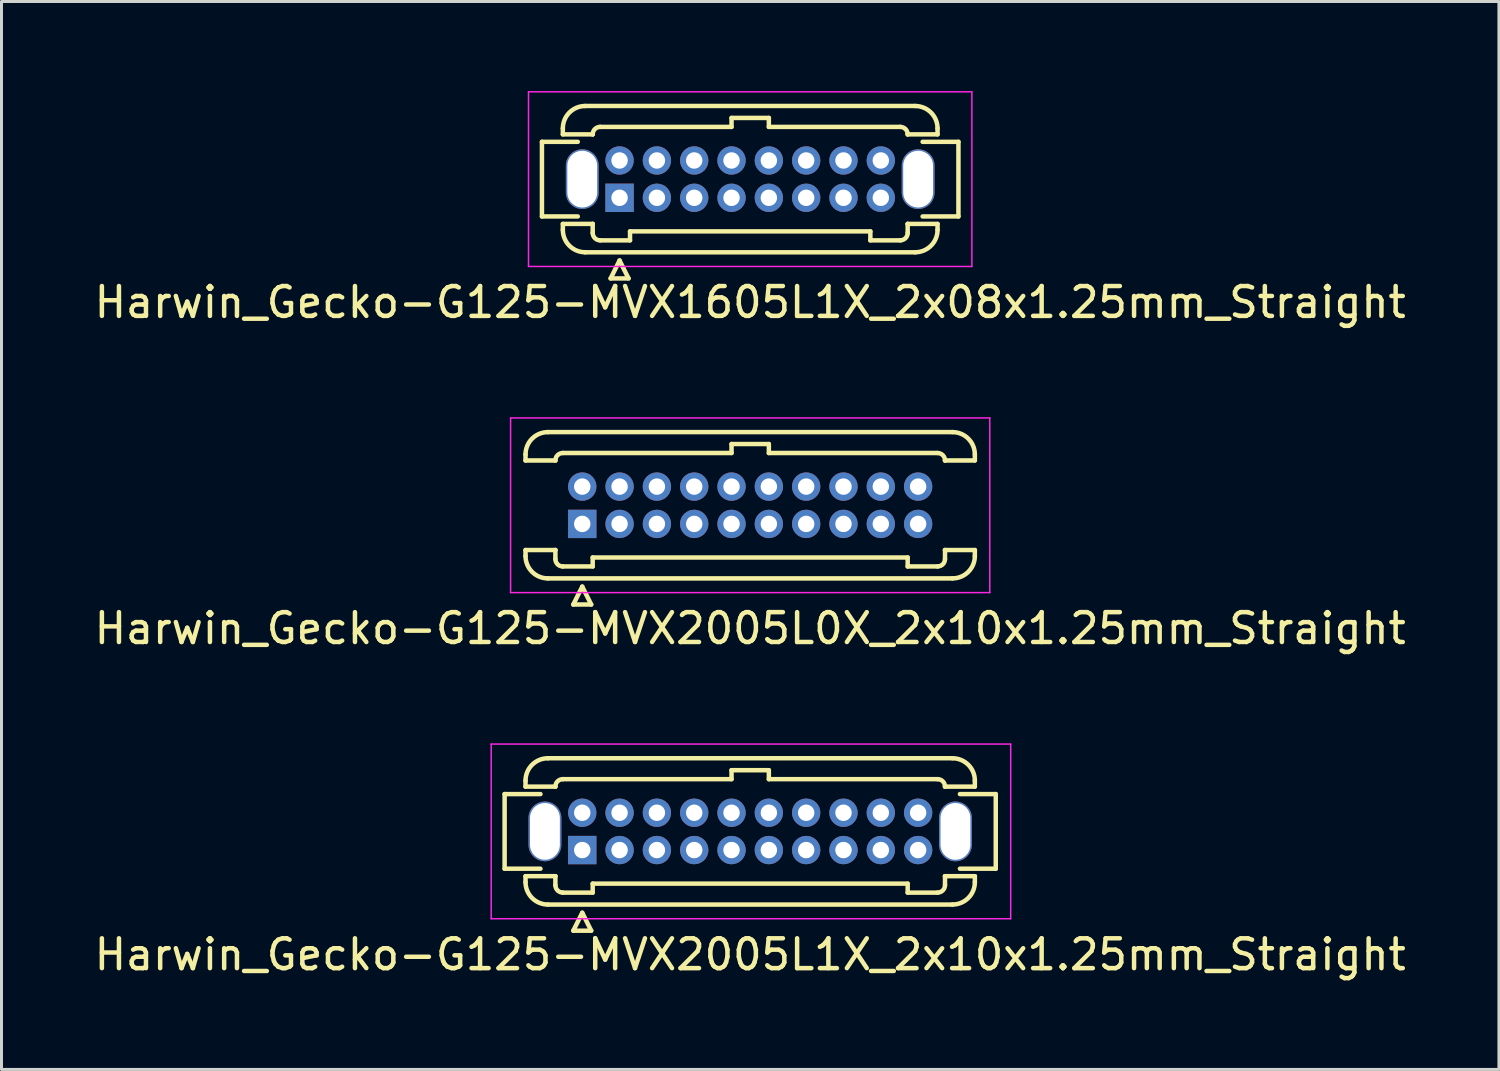
<source format=kicad_pcb>
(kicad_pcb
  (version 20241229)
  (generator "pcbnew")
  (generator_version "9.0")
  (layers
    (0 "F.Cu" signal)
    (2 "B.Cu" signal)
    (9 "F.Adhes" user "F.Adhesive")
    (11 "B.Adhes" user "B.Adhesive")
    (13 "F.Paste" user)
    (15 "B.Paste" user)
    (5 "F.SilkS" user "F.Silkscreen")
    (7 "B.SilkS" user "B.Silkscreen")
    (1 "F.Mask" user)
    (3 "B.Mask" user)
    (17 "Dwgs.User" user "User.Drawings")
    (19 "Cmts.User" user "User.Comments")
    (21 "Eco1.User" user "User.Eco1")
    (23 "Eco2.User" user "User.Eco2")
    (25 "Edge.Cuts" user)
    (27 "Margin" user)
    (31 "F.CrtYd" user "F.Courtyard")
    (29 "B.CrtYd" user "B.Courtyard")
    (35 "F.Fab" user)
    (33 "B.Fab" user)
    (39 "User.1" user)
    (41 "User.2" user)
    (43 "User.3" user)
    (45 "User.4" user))
  (footprint "Harwin_Gecko-G125-MVX1605L1X_2x08x1.25mm_Straight"
    (layer "F.Cu")
    (at 17.702 3.575)
    (property "Reference" "Harwin_Gecko-G125-MVX1605L1X_2x08x1.25mm_Straight" (at 4.375 3.5 0) (layer "F.SilkS") (effects (font (size 1 1) (thickness 0.15))))
    (attr through_hole)
    (fp_line (start -2.6 -1.875) (end -2.6 0.625) (stroke (width 0.15) (type solid)) (layer "F.SilkS"))
    (fp_line (start -2.6 0.625) (end -1.4 0.625) (stroke (width 0.15) (type solid)) (layer "F.SilkS"))
    (fp_line (start -1.9 -2.325) (end -1.9 -2.125) (stroke (width 0.15) (type solid)) (layer "F.SilkS"))
    (fp_line (start -1.9 -2.125) (end -0.9 -2.125) (stroke (width 0.15) (type solid)) (layer "F.SilkS"))
    (fp_line (start -1.9 0.875) (end -0.9 0.875) (stroke (width 0.15) (type solid)) (layer "F.SilkS"))
    (fp_line (start -1.9 1.075) (end -1.9 0.875) (stroke (width 0.15) (type solid)) (layer "F.SilkS"))
    (fp_line (start -1.4 -1.875) (end -2.6 -1.875) (stroke (width 0.15) (type solid)) (layer "F.SilkS"))
    (fp_line (start -1.15 -3.075) (end 9.9 -3.075) (stroke (width 0.15) (type solid)) (layer "F.SilkS"))
    (fp_line (start -1.15 1.825) (end 9.9 1.825) (stroke (width 0.15) (type solid)) (layer "F.SilkS"))
    (fp_line (start -0.9 -2.125) (end -0.9 -2.125) (stroke (width 0.15) (type solid)) (layer "F.SilkS"))
    (fp_line (start -0.9 0.875) (end -0.9 0.875) (stroke (width 0.15) (type solid)) (layer "F.SilkS"))
    (fp_line (start -0.9 1.175) (end -0.9 0.875) (stroke (width 0.15) (type solid)) (layer "F.SilkS"))
    (fp_line (start -0.65 -2.375) (end 3.75 -2.375) (stroke (width 0.15) (type solid)) (layer "F.SilkS"))
    (fp_line (start -0.65 1.425) (end 0.35 1.425) (stroke (width 0.15) (type solid)) (layer "F.SilkS"))
    (fp_line (start -0.3 2.7) (end 0.3 2.7) (stroke (width 0.15) (type solid)) (layer "F.SilkS"))
    (fp_line (start 0 2.1) (end -0.3 2.7) (stroke (width 0.15) (type solid)) (layer "F.SilkS"))
    (fp_line (start 0.3 2.7) (end 0 2.1) (stroke (width 0.15) (type solid)) (layer "F.SilkS"))
    (fp_line (start 0.35 1.125) (end 8.4 1.125) (stroke (width 0.15) (type solid)) (layer "F.SilkS"))
    (fp_line (start 0.35 1.425) (end 0.35 1.125) (stroke (width 0.15) (type solid)) (layer "F.SilkS"))
    (fp_line (start 3.75 -2.675) (end 5 -2.675) (stroke (width 0.15) (type solid)) (layer "F.SilkS"))
    (fp_line (start 3.75 -2.375) (end 3.75 -2.675) (stroke (width 0.15) (type solid)) (layer "F.SilkS"))
    (fp_line (start 5 -2.675) (end 5 -2.375) (stroke (width 0.15) (type solid)) (layer "F.SilkS"))
    (fp_line (start 5 -2.375) (end 9.4 -2.375) (stroke (width 0.15) (type solid)) (layer "F.SilkS"))
    (fp_line (start 8.4 1.125) (end 8.4 1.425) (stroke (width 0.15) (type solid)) (layer "F.SilkS"))
    (fp_line (start 8.4 1.425) (end 9.4 1.425) (stroke (width 0.15) (type solid)) (layer "F.SilkS"))
    (fp_line (start 9.65 -2.125) (end 9.65 -2.125) (stroke (width 0.15) (type solid)) (layer "F.SilkS"))
    (fp_line (start 9.65 0.875) (end 9.65 0.875) (stroke (width 0.15) (type solid)) (layer "F.SilkS"))
    (fp_line (start 9.65 1.175) (end 9.65 0.875) (stroke (width 0.15) (type solid)) (layer "F.SilkS"))
    (fp_line (start 10.15 -1.875) (end 11.35 -1.875) (stroke (width 0.15) (type solid)) (layer "F.SilkS"))
    (fp_line (start 10.65 -2.325) (end 10.65 -2.125) (stroke (width 0.15) (type solid)) (layer "F.SilkS"))
    (fp_line (start 10.65 -2.125) (end 9.65 -2.125) (stroke (width 0.15) (type solid)) (layer "F.SilkS"))
    (fp_line (start 10.65 0.875) (end 9.65 0.875) (stroke (width 0.15) (type solid)) (layer "F.SilkS"))
    (fp_line (start 10.65 1.075) (end 10.65 0.875) (stroke (width 0.15) (type solid)) (layer "F.SilkS"))
    (fp_line (start 11.35 -1.875) (end 11.35 0.625) (stroke (width 0.15) (type solid)) (layer "F.SilkS"))
    (fp_line (start 11.35 0.625) (end 10.15 0.625) (stroke (width 0.15) (type solid)) (layer "F.SilkS"))
    (fp_arc (start -1.9 -2.325) (mid -1.68033 -2.85533) (end -1.15 -3.075) (stroke (width 0.15) (type solid)) (layer "F.SilkS"))
    (fp_arc (start -1.15 1.825) (mid -1.68033 1.60533) (end -1.9 1.075) (stroke (width 0.15) (type solid)) (layer "F.SilkS"))
    (fp_arc (start -0.9 -2.125) (mid -0.826777 -2.301777) (end -0.65 -2.375) (stroke (width 0.15) (type solid)) (layer "F.SilkS"))
    (fp_arc (start -0.65 1.425) (mid -0.826777 1.351777) (end -0.9 1.175) (stroke (width 0.15) (type solid)) (layer "F.SilkS"))
    (fp_arc (start 9.4 -2.375) (mid 9.576777 -2.301777) (end 9.65 -2.125) (stroke (width 0.15) (type solid)) (layer "F.SilkS"))
    (fp_arc (start 9.65 1.175) (mid 9.576777 1.351777) (end 9.4 1.425) (stroke (width 0.15) (type solid)) (layer "F.SilkS"))
    (fp_arc (start 9.9 -3.075) (mid 10.43033 -2.85533) (end 10.65 -2.325) (stroke (width 0.15) (type solid)) (layer "F.SilkS"))
    (fp_arc (start 10.65 1.075) (mid 10.43033 1.60533) (end 9.9 1.825) (stroke (width 0.15) (type solid)) (layer "F.SilkS"))
    (fp_line (start -3.05 -3.55) (end -3.05 2.3) (stroke (width 0.05) (type solid)) (layer "F.CrtYd"))
    (fp_line (start -3.05 2.3) (end 11.8 2.3) (stroke (width 0.05) (type solid)) (layer "F.CrtYd"))
    (fp_line (start 11.8 -3.55) (end -3.05 -3.55) (stroke (width 0.05) (type solid)) (layer "F.CrtYd"))
    (fp_line (start 11.8 2.3) (end 11.8 -3.55) (stroke (width 0.05) (type solid)) (layer "F.CrtYd"))
    (pad "" np_thru_hole oval (at -1.25 -0.625) (size 1.1 2) (drill oval 1 1.9) (layers "*.Cu" "*.Mask"))
    (pad "" np_thru_hole oval (at 10 -0.625) (size 1.1 2) (drill oval 1 1.9) (layers "*.Cu" "*.Mask"))
    (pad "1" thru_hole rect (at 0 0) (size 0.95 0.95) (drill 0.55) (layers "*.Cu" "*.Mask"))
    (pad "2" thru_hole circle (at 0 -1.25) (size 0.95 0.95) (drill 0.55) (layers "*.Cu" "*.Mask"))
    (pad "3" thru_hole circle (at 1.25 0) (size 0.95 0.95) (drill 0.55) (layers "*.Cu" "*.Mask"))
    (pad "4" thru_hole circle (at 1.25 -1.25) (size 0.95 0.95) (drill 0.55) (layers "*.Cu" "*.Mask"))
    (pad "5" thru_hole circle (at 2.5 0) (size 0.95 0.95) (drill 0.55) (layers "*.Cu" "*.Mask"))
    (pad "6" thru_hole circle (at 2.5 -1.25) (size 0.95 0.95) (drill 0.55) (layers "*.Cu" "*.Mask"))
    (pad "7" thru_hole circle (at 3.75 0) (size 0.95 0.95) (drill 0.55) (layers "*.Cu" "*.Mask"))
    (pad "8" thru_hole circle (at 3.75 -1.25) (size 0.95 0.95) (drill 0.55) (layers "*.Cu" "*.Mask"))
    (pad "9" thru_hole circle (at 5 0) (size 0.95 0.95) (drill 0.55) (layers "*.Cu" "*.Mask"))
    (pad "10" thru_hole circle (at 5 -1.25) (size 0.95 0.95) (drill 0.55) (layers "*.Cu" "*.Mask"))
    (pad "11" thru_hole circle (at 6.25 0) (size 0.95 0.95) (drill 0.55) (layers "*.Cu" "*.Mask"))
    (pad "12" thru_hole circle (at 6.25 -1.25) (size 0.95 0.95) (drill 0.55) (layers "*.Cu" "*.Mask"))
    (pad "13" thru_hole circle (at 7.5 0) (size 0.95 0.95) (drill 0.55) (layers "*.Cu" "*.Mask"))
    (pad "14" thru_hole circle (at 7.5 -1.25) (size 0.95 0.95) (drill 0.55) (layers "*.Cu" "*.Mask"))
    (pad "15" thru_hole circle (at 8.75 0) (size 0.95 0.95) (drill 0.55) (layers "*.Cu" "*.Mask"))
    (pad "16" thru_hole circle (at 8.75 -1.25) (size 0.95 0.95) (drill 0.55) (layers "*.Cu" "*.Mask")))
  (footprint "Harwin_Gecko-G125-MVX2005L0X_2x10x1.25mm_Straight"
    (layer "F.Cu")
    (at 16.452 14.498)
    (property "Reference" "Harwin_Gecko-G125-MVX2005L0X_2x10x1.25mm_Straight" (at 5.625 3.5 0) (layer "F.SilkS") (effects (font (size 1 1) (thickness 0.15))))
    (attr through_hole)
    (fp_line (start -1.9 -2.325) (end -1.9 -2.125) (stroke (width 0.15) (type solid)) (layer "F.SilkS"))
    (fp_line (start -1.9 -2.125) (end -0.9 -2.125) (stroke (width 0.15) (type solid)) (layer "F.SilkS"))
    (fp_line (start -1.9 0.875) (end -0.9 0.875) (stroke (width 0.15) (type solid)) (layer "F.SilkS"))
    (fp_line (start -1.9 1.075) (end -1.9 0.875) (stroke (width 0.15) (type solid)) (layer "F.SilkS"))
    (fp_line (start -1.15 -3.075) (end 12.4 -3.075) (stroke (width 0.15) (type solid)) (layer "F.SilkS"))
    (fp_line (start -1.15 1.825) (end 12.4 1.825) (stroke (width 0.15) (type solid)) (layer "F.SilkS"))
    (fp_line (start -0.9 -2.125) (end -0.9 -2.125) (stroke (width 0.15) (type solid)) (layer "F.SilkS"))
    (fp_line (start -0.9 0.875) (end -0.9 0.875) (stroke (width 0.15) (type solid)) (layer "F.SilkS"))
    (fp_line (start -0.9 1.175) (end -0.9 0.875) (stroke (width 0.15) (type solid)) (layer "F.SilkS"))
    (fp_line (start -0.65 -2.375) (end 5 -2.375) (stroke (width 0.15) (type solid)) (layer "F.SilkS"))
    (fp_line (start -0.65 1.425) (end 0.35 1.425) (stroke (width 0.15) (type solid)) (layer "F.SilkS"))
    (fp_line (start -0.3 2.7) (end 0.3 2.7) (stroke (width 0.15) (type solid)) (layer "F.SilkS"))
    (fp_line (start 0 2.1) (end -0.3 2.7) (stroke (width 0.15) (type solid)) (layer "F.SilkS"))
    (fp_line (start 0.3 2.7) (end 0 2.1) (stroke (width 0.15) (type solid)) (layer "F.SilkS"))
    (fp_line (start 0.35 1.125) (end 10.9 1.125) (stroke (width 0.15) (type solid)) (layer "F.SilkS"))
    (fp_line (start 0.35 1.425) (end 0.35 1.125) (stroke (width 0.15) (type solid)) (layer "F.SilkS"))
    (fp_line (start 5 -2.675) (end 6.25 -2.675) (stroke (width 0.15) (type solid)) (layer "F.SilkS"))
    (fp_line (start 5 -2.375) (end 5 -2.675) (stroke (width 0.15) (type solid)) (layer "F.SilkS"))
    (fp_line (start 6.25 -2.675) (end 6.25 -2.375) (stroke (width 0.15) (type solid)) (layer "F.SilkS"))
    (fp_line (start 6.25 -2.375) (end 11.9 -2.375) (stroke (width 0.15) (type solid)) (layer "F.SilkS"))
    (fp_line (start 10.9 1.125) (end 10.9 1.425) (stroke (width 0.15) (type solid)) (layer "F.SilkS"))
    (fp_line (start 10.9 1.425) (end 11.9 1.425) (stroke (width 0.15) (type solid)) (layer "F.SilkS"))
    (fp_line (start 12.15 -2.125) (end 12.15 -2.125) (stroke (width 0.15) (type solid)) (layer "F.SilkS"))
    (fp_line (start 12.15 0.875) (end 12.15 0.875) (stroke (width 0.15) (type solid)) (layer "F.SilkS"))
    (fp_line (start 12.15 1.175) (end 12.15 0.875) (stroke (width 0.15) (type solid)) (layer "F.SilkS"))
    (fp_line (start 13.15 -2.325) (end 13.15 -2.125) (stroke (width 0.15) (type solid)) (layer "F.SilkS"))
    (fp_line (start 13.15 -2.125) (end 12.15 -2.125) (stroke (width 0.15) (type solid)) (layer "F.SilkS"))
    (fp_line (start 13.15 0.875) (end 12.15 0.875) (stroke (width 0.15) (type solid)) (layer "F.SilkS"))
    (fp_line (start 13.15 1.075) (end 13.15 0.875) (stroke (width 0.15) (type solid)) (layer "F.SilkS"))
    (fp_arc (start -1.9 -2.325) (mid -1.68033 -2.85533) (end -1.15 -3.075) (stroke (width 0.15) (type solid)) (layer "F.SilkS"))
    (fp_arc (start -1.15 1.825) (mid -1.68033 1.60533) (end -1.9 1.075) (stroke (width 0.15) (type solid)) (layer "F.SilkS"))
    (fp_arc (start -0.9 -2.125) (mid -0.826777 -2.301777) (end -0.65 -2.375) (stroke (width 0.15) (type solid)) (layer "F.SilkS"))
    (fp_arc (start -0.65 1.425) (mid -0.826777 1.351777) (end -0.9 1.175) (stroke (width 0.15) (type solid)) (layer "F.SilkS"))
    (fp_arc (start 11.9 -2.375) (mid 12.076777 -2.301777) (end 12.15 -2.125) (stroke (width 0.15) (type solid)) (layer "F.SilkS"))
    (fp_arc (start 12.15 1.175) (mid 12.076777 1.351777) (end 11.9 1.425) (stroke (width 0.15) (type solid)) (layer "F.SilkS"))
    (fp_arc (start 12.4 -3.075) (mid 12.93033 -2.85533) (end 13.15 -2.325) (stroke (width 0.15) (type solid)) (layer "F.SilkS"))
    (fp_arc (start 13.15 1.075) (mid 12.93033 1.60533) (end 12.4 1.825) (stroke (width 0.15) (type solid)) (layer "F.SilkS"))
    (fp_line (start -2.4 -3.55) (end -2.4 2.3) (stroke (width 0.05) (type solid)) (layer "F.CrtYd"))
    (fp_line (start -2.4 2.3) (end 13.65 2.3) (stroke (width 0.05) (type solid)) (layer "F.CrtYd"))
    (fp_line (start 13.65 -3.55) (end -2.4 -3.55) (stroke (width 0.05) (type solid)) (layer "F.CrtYd"))
    (fp_line (start 13.65 2.3) (end 13.65 -3.55) (stroke (width 0.05) (type solid)) (layer "F.CrtYd"))
    (pad "1" thru_hole rect (at 0 0) (size 0.95 0.95) (drill 0.55) (layers "*.Cu" "*.Mask"))
    (pad "2" thru_hole circle (at 0 -1.25) (size 0.95 0.95) (drill 0.55) (layers "*.Cu" "*.Mask"))
    (pad "3" thru_hole circle (at 1.25 0) (size 0.95 0.95) (drill 0.55) (layers "*.Cu" "*.Mask"))
    (pad "4" thru_hole circle (at 1.25 -1.25) (size 0.95 0.95) (drill 0.55) (layers "*.Cu" "*.Mask"))
    (pad "5" thru_hole circle (at 2.5 0) (size 0.95 0.95) (drill 0.55) (layers "*.Cu" "*.Mask"))
    (pad "6" thru_hole circle (at 2.5 -1.25) (size 0.95 0.95) (drill 0.55) (layers "*.Cu" "*.Mask"))
    (pad "7" thru_hole circle (at 3.75 0) (size 0.95 0.95) (drill 0.55) (layers "*.Cu" "*.Mask"))
    (pad "8" thru_hole circle (at 3.75 -1.25) (size 0.95 0.95) (drill 0.55) (layers "*.Cu" "*.Mask"))
    (pad "9" thru_hole circle (at 5 0) (size 0.95 0.95) (drill 0.55) (layers "*.Cu" "*.Mask"))
    (pad "10" thru_hole circle (at 5 -1.25) (size 0.95 0.95) (drill 0.55) (layers "*.Cu" "*.Mask"))
    (pad "11" thru_hole circle (at 6.25 0) (size 0.95 0.95) (drill 0.55) (layers "*.Cu" "*.Mask"))
    (pad "12" thru_hole circle (at 6.25 -1.25) (size 0.95 0.95) (drill 0.55) (layers "*.Cu" "*.Mask"))
    (pad "13" thru_hole circle (at 7.5 0) (size 0.95 0.95) (drill 0.55) (layers "*.Cu" "*.Mask"))
    (pad "14" thru_hole circle (at 7.5 -1.25) (size 0.95 0.95) (drill 0.55) (layers "*.Cu" "*.Mask"))
    (pad "15" thru_hole circle (at 8.75 0) (size 0.95 0.95) (drill 0.55) (layers "*.Cu" "*.Mask"))
    (pad "16" thru_hole circle (at 8.75 -1.25) (size 0.95 0.95) (drill 0.55) (layers "*.Cu" "*.Mask"))
    (pad "17" thru_hole circle (at 10 0) (size 0.95 0.95) (drill 0.55) (layers "*.Cu" "*.Mask"))
    (pad "18" thru_hole circle (at 10 -1.25) (size 0.95 0.95) (drill 0.55) (layers "*.Cu" "*.Mask"))
    (pad "19" thru_hole circle (at 11.25 0) (size 0.95 0.95) (drill 0.55) (layers "*.Cu" "*.Mask"))
    (pad "20" thru_hole circle (at 11.25 -1.25) (size 0.95 0.95) (drill 0.55) (layers "*.Cu" "*.Mask")))
  (footprint "Harwin_Gecko-G125-MVX2005L1X_2x10x1.25mm_Straight"
    (layer "F.Cu")
    (at 16.452 25.422)
    (property "Reference" "Harwin_Gecko-G125-MVX2005L1X_2x10x1.25mm_Straight" (at 5.625 3.5 0) (layer "F.SilkS") (effects (font (size 1 1) (thickness 0.15))))
    (attr through_hole)
    (fp_line (start -2.6 -1.875) (end -2.6 0.625) (stroke (width 0.15) (type solid)) (layer "F.SilkS"))
    (fp_line (start -2.6 0.625) (end -1.4 0.625) (stroke (width 0.15) (type solid)) (layer "F.SilkS"))
    (fp_line (start -1.9 -2.325) (end -1.9 -2.125) (stroke (width 0.15) (type solid)) (layer "F.SilkS"))
    (fp_line (start -1.9 -2.125) (end -0.9 -2.125) (stroke (width 0.15) (type solid)) (layer "F.SilkS"))
    (fp_line (start -1.9 0.875) (end -0.9 0.875) (stroke (width 0.15) (type solid)) (layer "F.SilkS"))
    (fp_line (start -1.9 1.075) (end -1.9 0.875) (stroke (width 0.15) (type solid)) (layer "F.SilkS"))
    (fp_line (start -1.4 -1.875) (end -2.6 -1.875) (stroke (width 0.15) (type solid)) (layer "F.SilkS"))
    (fp_line (start -1.15 -3.075) (end 12.4 -3.075) (stroke (width 0.15) (type solid)) (layer "F.SilkS"))
    (fp_line (start -1.15 1.825) (end 12.4 1.825) (stroke (width 0.15) (type solid)) (layer "F.SilkS"))
    (fp_line (start -0.9 -2.125) (end -0.9 -2.125) (stroke (width 0.15) (type solid)) (layer "F.SilkS"))
    (fp_line (start -0.9 0.875) (end -0.9 0.875) (stroke (width 0.15) (type solid)) (layer "F.SilkS"))
    (fp_line (start -0.9 1.175) (end -0.9 0.875) (stroke (width 0.15) (type solid)) (layer "F.SilkS"))
    (fp_line (start -0.65 -2.375) (end 5 -2.375) (stroke (width 0.15) (type solid)) (layer "F.SilkS"))
    (fp_line (start -0.65 1.425) (end 0.35 1.425) (stroke (width 0.15) (type solid)) (layer "F.SilkS"))
    (fp_line (start -0.3 2.7) (end 0.3 2.7) (stroke (width 0.15) (type solid)) (layer "F.SilkS"))
    (fp_line (start 0 2.1) (end -0.3 2.7) (stroke (width 0.15) (type solid)) (layer "F.SilkS"))
    (fp_line (start 0.3 2.7) (end 0 2.1) (stroke (width 0.15) (type solid)) (layer "F.SilkS"))
    (fp_line (start 0.35 1.125) (end 10.9 1.125) (stroke (width 0.15) (type solid)) (layer "F.SilkS"))
    (fp_line (start 0.35 1.425) (end 0.35 1.125) (stroke (width 0.15) (type solid)) (layer "F.SilkS"))
    (fp_line (start 5 -2.675) (end 6.25 -2.675) (stroke (width 0.15) (type solid)) (layer "F.SilkS"))
    (fp_line (start 5 -2.375) (end 5 -2.675) (stroke (width 0.15) (type solid)) (layer "F.SilkS"))
    (fp_line (start 6.25 -2.675) (end 6.25 -2.375) (stroke (width 0.15) (type solid)) (layer "F.SilkS"))
    (fp_line (start 6.25 -2.375) (end 11.9 -2.375) (stroke (width 0.15) (type solid)) (layer "F.SilkS"))
    (fp_line (start 10.9 1.125) (end 10.9 1.425) (stroke (width 0.15) (type solid)) (layer "F.SilkS"))
    (fp_line (start 10.9 1.425) (end 11.9 1.425) (stroke (width 0.15) (type solid)) (layer "F.SilkS"))
    (fp_line (start 12.15 -2.125) (end 12.15 -2.125) (stroke (width 0.15) (type solid)) (layer "F.SilkS"))
    (fp_line (start 12.15 0.875) (end 12.15 0.875) (stroke (width 0.15) (type solid)) (layer "F.SilkS"))
    (fp_line (start 12.15 1.175) (end 12.15 0.875) (stroke (width 0.15) (type solid)) (layer "F.SilkS"))
    (fp_line (start 12.65 -1.875) (end 13.85 -1.875) (stroke (width 0.15) (type solid)) (layer "F.SilkS"))
    (fp_line (start 13.15 -2.325) (end 13.15 -2.125) (stroke (width 0.15) (type solid)) (layer "F.SilkS"))
    (fp_line (start 13.15 -2.125) (end 12.15 -2.125) (stroke (width 0.15) (type solid)) (layer "F.SilkS"))
    (fp_line (start 13.15 0.875) (end 12.15 0.875) (stroke (width 0.15) (type solid)) (layer "F.SilkS"))
    (fp_line (start 13.15 1.075) (end 13.15 0.875) (stroke (width 0.15) (type solid)) (layer "F.SilkS"))
    (fp_line (start 13.85 -1.875) (end 13.85 0.625) (stroke (width 0.15) (type solid)) (layer "F.SilkS"))
    (fp_line (start 13.85 0.625) (end 12.65 0.625) (stroke (width 0.15) (type solid)) (layer "F.SilkS"))
    (fp_arc (start -1.9 -2.325) (mid -1.68033 -2.85533) (end -1.15 -3.075) (stroke (width 0.15) (type solid)) (layer "F.SilkS"))
    (fp_arc (start -1.15 1.825) (mid -1.68033 1.60533) (end -1.9 1.075) (stroke (width 0.15) (type solid)) (layer "F.SilkS"))
    (fp_arc (start -0.9 -2.125) (mid -0.826777 -2.301777) (end -0.65 -2.375) (stroke (width 0.15) (type solid)) (layer "F.SilkS"))
    (fp_arc (start -0.65 1.425) (mid -0.826777 1.351777) (end -0.9 1.175) (stroke (width 0.15) (type solid)) (layer "F.SilkS"))
    (fp_arc (start 11.9 -2.375) (mid 12.076777 -2.301777) (end 12.15 -2.125) (stroke (width 0.15) (type solid)) (layer "F.SilkS"))
    (fp_arc (start 12.15 1.175) (mid 12.076777 1.351777) (end 11.9 1.425) (stroke (width 0.15) (type solid)) (layer "F.SilkS"))
    (fp_arc (start 12.4 -3.075) (mid 12.93033 -2.85533) (end 13.15 -2.325) (stroke (width 0.15) (type solid)) (layer "F.SilkS"))
    (fp_arc (start 13.15 1.075) (mid 12.93033 1.60533) (end 12.4 1.825) (stroke (width 0.15) (type solid)) (layer "F.SilkS"))
    (fp_line (start -3.05 -3.55) (end -3.05 2.3) (stroke (width 0.05) (type solid)) (layer "F.CrtYd"))
    (fp_line (start -3.05 2.3) (end 14.35 2.3) (stroke (width 0.05) (type solid)) (layer "F.CrtYd"))
    (fp_line (start 14.35 -3.55) (end -3.05 -3.55) (stroke (width 0.05) (type solid)) (layer "F.CrtYd"))
    (fp_line (start 14.35 2.3) (end 14.35 -3.55) (stroke (width 0.05) (type solid)) (layer "F.CrtYd"))
    (pad "" np_thru_hole oval (at -1.25 -0.625) (size 1.1 2) (drill oval 1 1.9) (layers "*.Cu" "*.Mask"))
    (pad "" np_thru_hole oval (at 12.5 -0.625) (size 1.1 2) (drill oval 1 1.9) (layers "*.Cu" "*.Mask"))
    (pad "1" thru_hole rect (at 0 0) (size 0.95 0.95) (drill 0.55) (layers "*.Cu" "*.Mask"))
    (pad "2" thru_hole circle (at 0 -1.25) (size 0.95 0.95) (drill 0.55) (layers "*.Cu" "*.Mask"))
    (pad "3" thru_hole circle (at 1.25 0) (size 0.95 0.95) (drill 0.55) (layers "*.Cu" "*.Mask"))
    (pad "4" thru_hole circle (at 1.25 -1.25) (size 0.95 0.95) (drill 0.55) (layers "*.Cu" "*.Mask"))
    (pad "5" thru_hole circle (at 2.5 0) (size 0.95 0.95) (drill 0.55) (layers "*.Cu" "*.Mask"))
    (pad "6" thru_hole circle (at 2.5 -1.25) (size 0.95 0.95) (drill 0.55) (layers "*.Cu" "*.Mask"))
    (pad "7" thru_hole circle (at 3.75 0) (size 0.95 0.95) (drill 0.55) (layers "*.Cu" "*.Mask"))
    (pad "8" thru_hole circle (at 3.75 -1.25) (size 0.95 0.95) (drill 0.55) (layers "*.Cu" "*.Mask"))
    (pad "9" thru_hole circle (at 5 0) (size 0.95 0.95) (drill 0.55) (layers "*.Cu" "*.Mask"))
    (pad "10" thru_hole circle (at 5 -1.25) (size 0.95 0.95) (drill 0.55) (layers "*.Cu" "*.Mask"))
    (pad "11" thru_hole circle (at 6.25 0) (size 0.95 0.95) (drill 0.55) (layers "*.Cu" "*.Mask"))
    (pad "12" thru_hole circle (at 6.25 -1.25) (size 0.95 0.95) (drill 0.55) (layers "*.Cu" "*.Mask"))
    (pad "13" thru_hole circle (at 7.5 0) (size 0.95 0.95) (drill 0.55) (layers "*.Cu" "*.Mask"))
    (pad "14" thru_hole circle (at 7.5 -1.25) (size 0.95 0.95) (drill 0.55) (layers "*.Cu" "*.Mask"))
    (pad "15" thru_hole circle (at 8.75 0) (size 0.95 0.95) (drill 0.55) (layers "*.Cu" "*.Mask"))
    (pad "16" thru_hole circle (at 8.75 -1.25) (size 0.95 0.95) (drill 0.55) (layers "*.Cu" "*.Mask"))
    (pad "17" thru_hole circle (at 10 0) (size 0.95 0.95) (drill 0.55) (layers "*.Cu" "*.Mask"))
    (pad "18" thru_hole circle (at 10 -1.25) (size 0.95 0.95) (drill 0.55) (layers "*.Cu" "*.Mask"))
    (pad "19" thru_hole circle (at 11.25 0) (size 0.95 0.95) (drill 0.55) (layers "*.Cu" "*.Mask"))
    (pad "20" thru_hole circle (at 11.25 -1.25) (size 0.95 0.95) (drill 0.55) (layers "*.Cu" "*.Mask")))
  (gr_rect
    (start -3 -3)
    (end 47.155 32.77)
    (stroke (width 0.1) (type default))
    (fill no)
    (layer "Edge.Cuts")))
</source>
